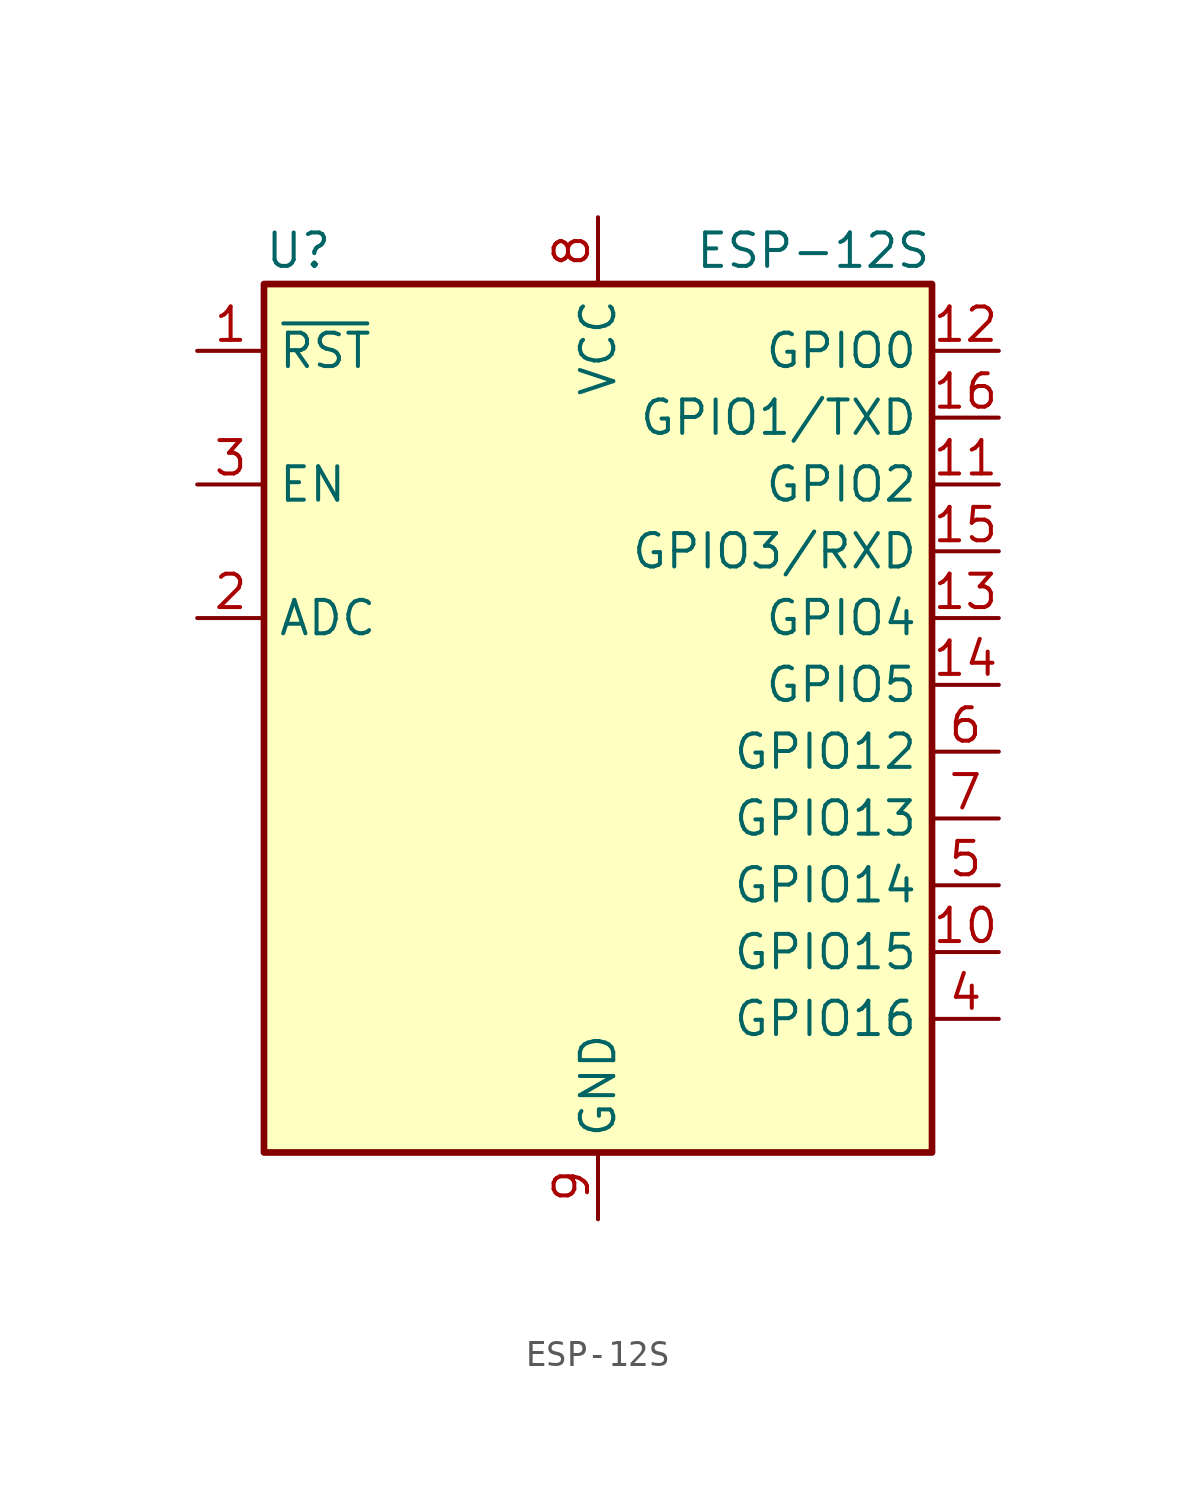
<source format=kicad_sym>
(kicad_symbol_lib
  (version 20231120)
  (generator "kicad_symbol_editor")
  (generator_version "8.0")
  (symbol "ESP-12S"
    (property "Reference" "U"
      (at -12.7 19.05 0)
      (effects (font (size 1.27 1.27)) (justify left)))
    (property "Value" "ESP-12S"
      (at 12.7 19.05 0)
      (effects (font (size 1.27 1.27)) (justify right)))
    (symbol "ESP-12S_0_1"
      (rectangle (start -12.7 17.78) (end 12.7 -15.24) (stroke (width 0.254) (type default)) (fill (type background))))
    (symbol "ESP-12S_1_1"
      (pin input line (at -15.24 15.24 0) (length 2.54) (name "~{RST}" (effects (font (size 1.27 1.27)))) (number "1" (effects (font (size 1.27 1.27)))))
      (pin bidirectional line (at 15.24 -7.62 180) (length 2.54) (name "GPIO15" (effects (font (size 1.27 1.27)))) (number "10" (effects (font (size 1.27 1.27)))))
      (pin bidirectional line (at 15.24 10.16 180) (length 2.54) (name "GPIO2" (effects (font (size 1.27 1.27)))) (number "11" (effects (font (size 1.27 1.27)))))
      (pin bidirectional line (at 15.24 15.24 180) (length 2.54) (name "GPIO0" (effects (font (size 1.27 1.27)))) (number "12" (effects (font (size 1.27 1.27)))))
      (pin bidirectional line (at 15.24 5.08 180) (length 2.54) (name "GPIO4" (effects (font (size 1.27 1.27)))) (number "13" (effects (font (size 1.27 1.27)))))
      (pin bidirectional line (at 15.24 2.54 180) (length 2.54) (name "GPIO5" (effects (font (size 1.27 1.27)))) (number "14" (effects (font (size 1.27 1.27)))))
      (pin bidirectional line (at 15.24 7.62 180) (length 2.54) (name "GPIO3/RXD" (effects (font (size 1.27 1.27)))) (number "15" (effects (font (size 1.27 1.27)))))
      (pin bidirectional line (at 15.24 12.7 180) (length 2.54) (name "GPIO1/TXD" (effects (font (size 1.27 1.27)))) (number "16" (effects (font (size 1.27 1.27)))))
      (pin input line (at -15.24 5.08 0) (length 2.54) (name "ADC" (effects (font (size 1.27 1.27)))) (number "2" (effects (font (size 1.27 1.27)))))
      (pin input line (at -15.24 10.16 0) (length 2.54) (name "EN" (effects (font (size 1.27 1.27)))) (number "3" (effects (font (size 1.27 1.27)))))
      (pin bidirectional line (at 15.24 -10.16 180) (length 2.54) (name "GPIO16" (effects (font (size 1.27 1.27)))) (number "4" (effects (font (size 1.27 1.27)))))
      (pin bidirectional line (at 15.24 -5.08 180) (length 2.54) (name "GPIO14" (effects (font (size 1.27 1.27)))) (number "5" (effects (font (size 1.27 1.27)))))
      (pin bidirectional line (at 15.24 0 180) (length 2.54) (name "GPIO12" (effects (font (size 1.27 1.27)))) (number "6" (effects (font (size 1.27 1.27)))))
      (pin bidirectional line (at 15.24 -2.54 180) (length 2.54) (name "GPIO13" (effects (font (size 1.27 1.27)))) (number "7" (effects (font (size 1.27 1.27)))))
      (pin power_in line (at 0 20.32 270) (length 2.54) (name "VCC" (effects (font (size 1.27 1.27)))) (number "8" (effects (font (size 1.27 1.27)))))
      (pin power_in line (at 0 -17.78 90) (length 2.54) (name "GND" (effects (font (size 1.27 1.27)))) (number "9" (effects (font (size 1.27 1.27))))))))
</source>
